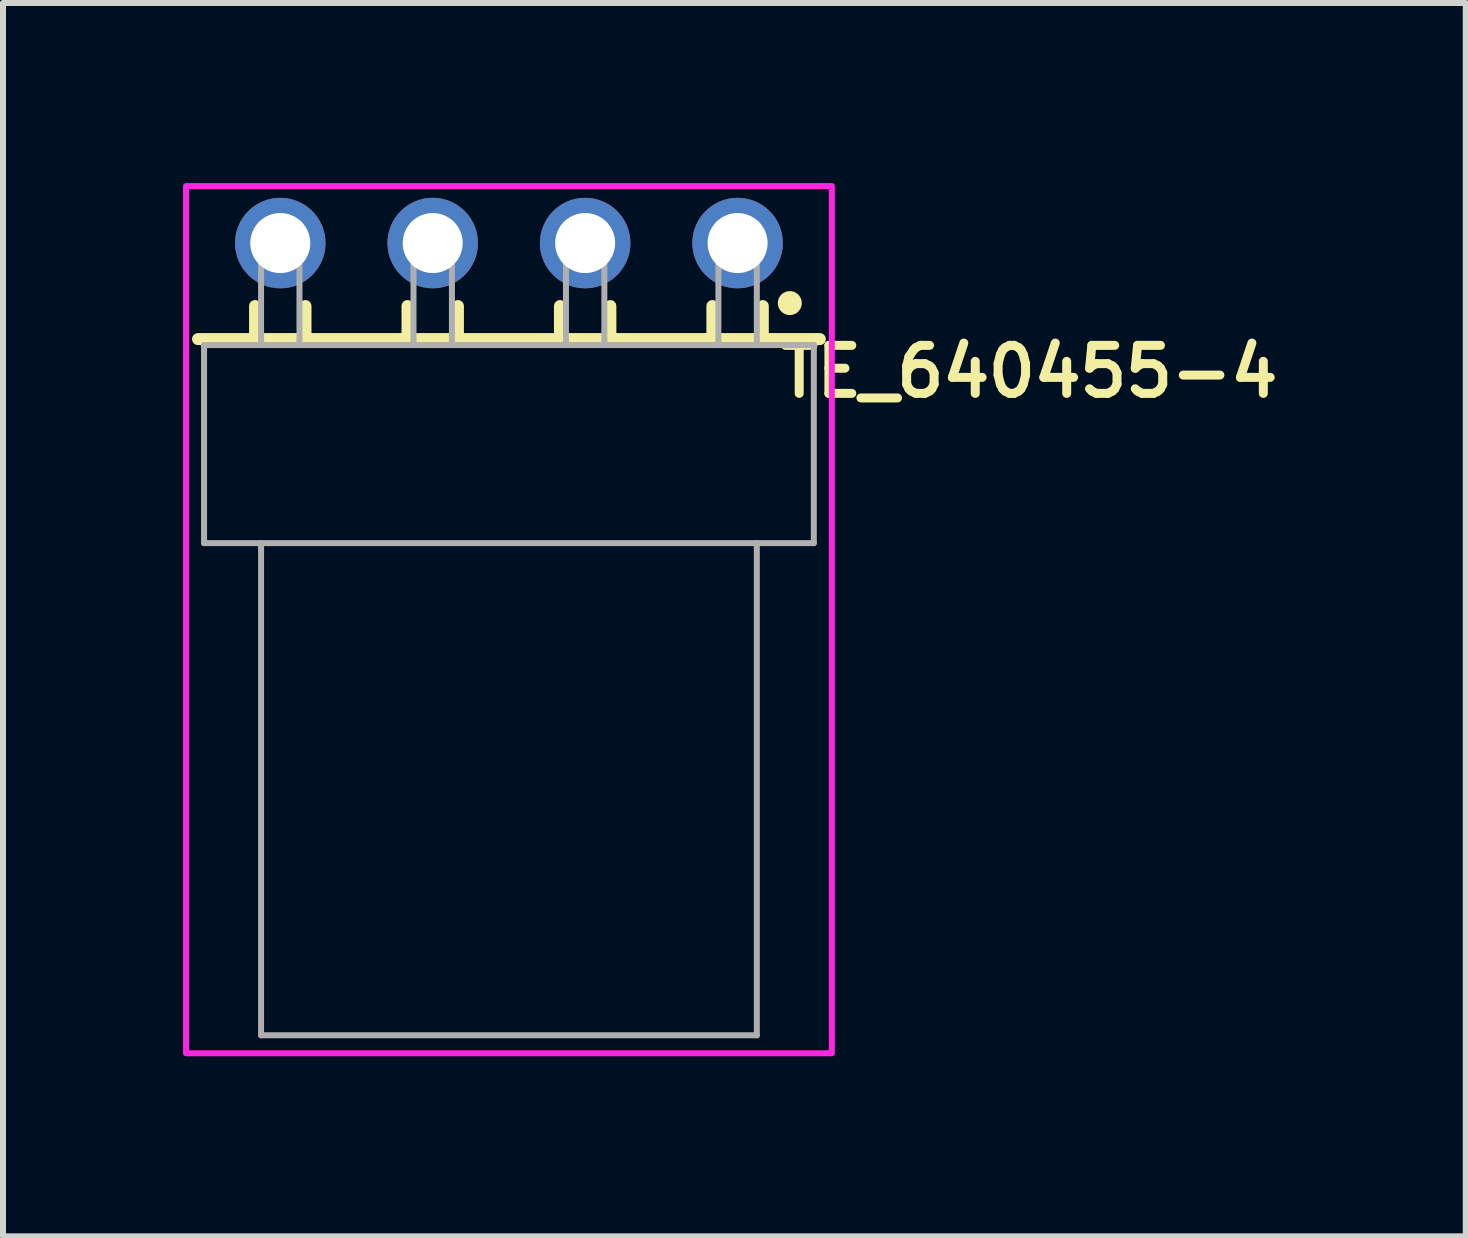
<source format=kicad_pcb>
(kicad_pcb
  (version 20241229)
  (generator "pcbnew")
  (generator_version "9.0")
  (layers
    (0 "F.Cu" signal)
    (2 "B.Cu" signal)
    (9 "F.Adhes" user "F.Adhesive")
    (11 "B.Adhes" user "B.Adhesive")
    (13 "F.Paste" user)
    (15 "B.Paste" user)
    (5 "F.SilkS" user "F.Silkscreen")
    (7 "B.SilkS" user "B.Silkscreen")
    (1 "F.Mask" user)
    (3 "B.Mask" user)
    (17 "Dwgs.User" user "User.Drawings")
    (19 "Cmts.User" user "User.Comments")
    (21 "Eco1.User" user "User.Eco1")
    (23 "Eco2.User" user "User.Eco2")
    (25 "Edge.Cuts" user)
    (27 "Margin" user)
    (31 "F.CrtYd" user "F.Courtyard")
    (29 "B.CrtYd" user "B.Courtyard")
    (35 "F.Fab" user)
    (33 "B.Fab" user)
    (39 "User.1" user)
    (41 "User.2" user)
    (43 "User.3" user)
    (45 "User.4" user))
  (footprint "TE_640455-4"
    (layer "F.Cu")
    (at 5.43 4.35)
    (property "Reference" "TE_640455-4" (at 8.665 -1.208 0) (layer "F.SilkS") (effects (font (size 0.8 0.8) (thickness 0.15))))
    (attr through_hole)
    (fp_line (start -5.18 -1.75) (end -4.23 -1.75) (stroke (width 0.2) (type solid)) (layer "F.SilkS"))
    (fp_line (start -4.23 -2.3) (end -4.23 -1.75) (stroke (width 0.2) (type solid)) (layer "F.SilkS"))
    (fp_line (start -4.23 -1.75) (end -3.39 -1.75) (stroke (width 0.2) (type solid)) (layer "F.SilkS"))
    (fp_line (start -3.39 -2.3) (end -3.39 -1.75) (stroke (width 0.2) (type solid)) (layer "F.SilkS"))
    (fp_line (start -3.39 -1.75) (end 5.18 -1.75) (stroke (width 0.2) (type solid)) (layer "F.SilkS"))
    (fp_line (start -1.69 -2.3) (end -1.69 -1.75) (stroke (width 0.2) (type solid)) (layer "F.SilkS"))
    (fp_line (start -0.85 -2.3) (end -0.85 -1.75) (stroke (width 0.2) (type solid)) (layer "F.SilkS"))
    (fp_line (start 0.85 -2.3) (end 0.85 -1.75) (stroke (width 0.2) (type solid)) (layer "F.SilkS"))
    (fp_line (start 1.69 -2.3) (end 1.69 -1.75) (stroke (width 0.2) (type solid)) (layer "F.SilkS"))
    (fp_line (start 3.39 -2.3) (end 3.39 -1.75) (stroke (width 0.2) (type solid)) (layer "F.SilkS"))
    (fp_line (start 4.23 -2.3) (end 4.23 -1.75) (stroke (width 0.2) (type solid)) (layer "F.SilkS"))
    (fp_circle (center 4.68 -2.35) (end 4.78 -2.35) (stroke (width 0.2) (type solid)) (fill no) (layer "F.SilkS"))
    (fp_poly (pts (xy -5.38 -4.3) (xy 5.38 -4.3) (xy 5.38 10.15) (xy -5.38 10.15)) (stroke (width 0.1) (type solid)) (fill no) (layer "F.CrtYd"))
    (fp_line (start -5.08 -1.65) (end 3.49 -1.65) (stroke (width 0.1) (type solid)) (layer "F.Fab"))
    (fp_line (start -5.08 1.65) (end -5.08 -1.65) (stroke (width 0.1) (type solid)) (layer "F.Fab"))
    (fp_line (start -5.08 1.65) (end -4.13 1.65) (stroke (width 0.1) (type solid)) (layer "F.Fab"))
    (fp_line (start -4.13 -3.67) (end -4.13 -1.65) (stroke (width 0.1) (type solid)) (layer "F.Fab"))
    (fp_line (start -4.13 -3.67) (end -3.49 -3.67) (stroke (width 0.1) (type solid)) (layer "F.Fab"))
    (fp_line (start -4.13 1.65) (end -4.13 9.85) (stroke (width 0.1) (type solid)) (layer "F.Fab"))
    (fp_line (start -4.13 1.65) (end 4.13 1.65) (stroke (width 0.1) (type solid)) (layer "F.Fab"))
    (fp_line (start -3.49 -3.67) (end -3.49 -1.65) (stroke (width 0.1) (type solid)) (layer "F.Fab"))
    (fp_line (start -1.59 -3.67) (end -1.59 -1.65) (stroke (width 0.1) (type solid)) (layer "F.Fab"))
    (fp_line (start -1.59 -3.67) (end -0.95 -3.67) (stroke (width 0.1) (type solid)) (layer "F.Fab"))
    (fp_line (start -0.95 -3.67) (end -0.95 -1.65) (stroke (width 0.1) (type solid)) (layer "F.Fab"))
    (fp_line (start 0.95 -3.67) (end 0.95 -1.65) (stroke (width 0.1) (type solid)) (layer "F.Fab"))
    (fp_line (start 0.95 -3.67) (end 1.59 -3.67) (stroke (width 0.1) (type solid)) (layer "F.Fab"))
    (fp_line (start 1.59 -3.67) (end 1.59 -1.65) (stroke (width 0.1) (type solid)) (layer "F.Fab"))
    (fp_line (start 3.49 -3.67) (end 3.49 -1.65) (stroke (width 0.1) (type solid)) (layer "F.Fab"))
    (fp_line (start 3.49 -3.67) (end 4.13 -3.67) (stroke (width 0.1) (type solid)) (layer "F.Fab"))
    (fp_line (start 3.49 -1.65) (end 4.13 -1.65) (stroke (width 0.1) (type solid)) (layer "F.Fab"))
    (fp_line (start 4.13 -3.67) (end 4.13 -1.65) (stroke (width 0.1) (type solid)) (layer "F.Fab"))
    (fp_line (start 4.13 -1.65) (end 5.08 -1.65) (stroke (width 0.1) (type solid)) (layer "F.Fab"))
    (fp_line (start 4.13 1.65) (end 5.08 1.65) (stroke (width 0.1) (type solid)) (layer "F.Fab"))
    (fp_line (start 4.13 9.85) (end -4.13 9.85) (stroke (width 0.1) (type solid)) (layer "F.Fab"))
    (fp_line (start 4.13 9.85) (end 4.13 1.65) (stroke (width 0.1) (type solid)) (layer "F.Fab"))
    (fp_line (start 5.08 -1.65) (end 5.08 1.65) (stroke (width 0.1) (type solid)) (layer "F.Fab"))
    (pad "1" thru_hole circle (at 3.81 -3.35) (size 1.508 1.508) (drill 1) (layers "*.Cu" "*.Mask"))
    (pad "2" thru_hole circle (at 1.27 -3.35) (size 1.508 1.508) (drill 1) (layers "*.Cu" "*.Mask"))
    (pad "3" thru_hole circle (at -1.27 -3.35) (size 1.508 1.508) (drill 1) (layers "*.Cu" "*.Mask"))
    (pad "4" thru_hole circle (at -3.81 -3.35) (size 1.508 1.508) (drill 1) (layers "*.Cu" "*.Mask")))
  (gr_rect
    (start -3 -3)
    (end 21.373 17.55)
    (stroke (width 0.1) (type default))
    (fill no)
    (layer "Edge.Cuts")))
</source>
